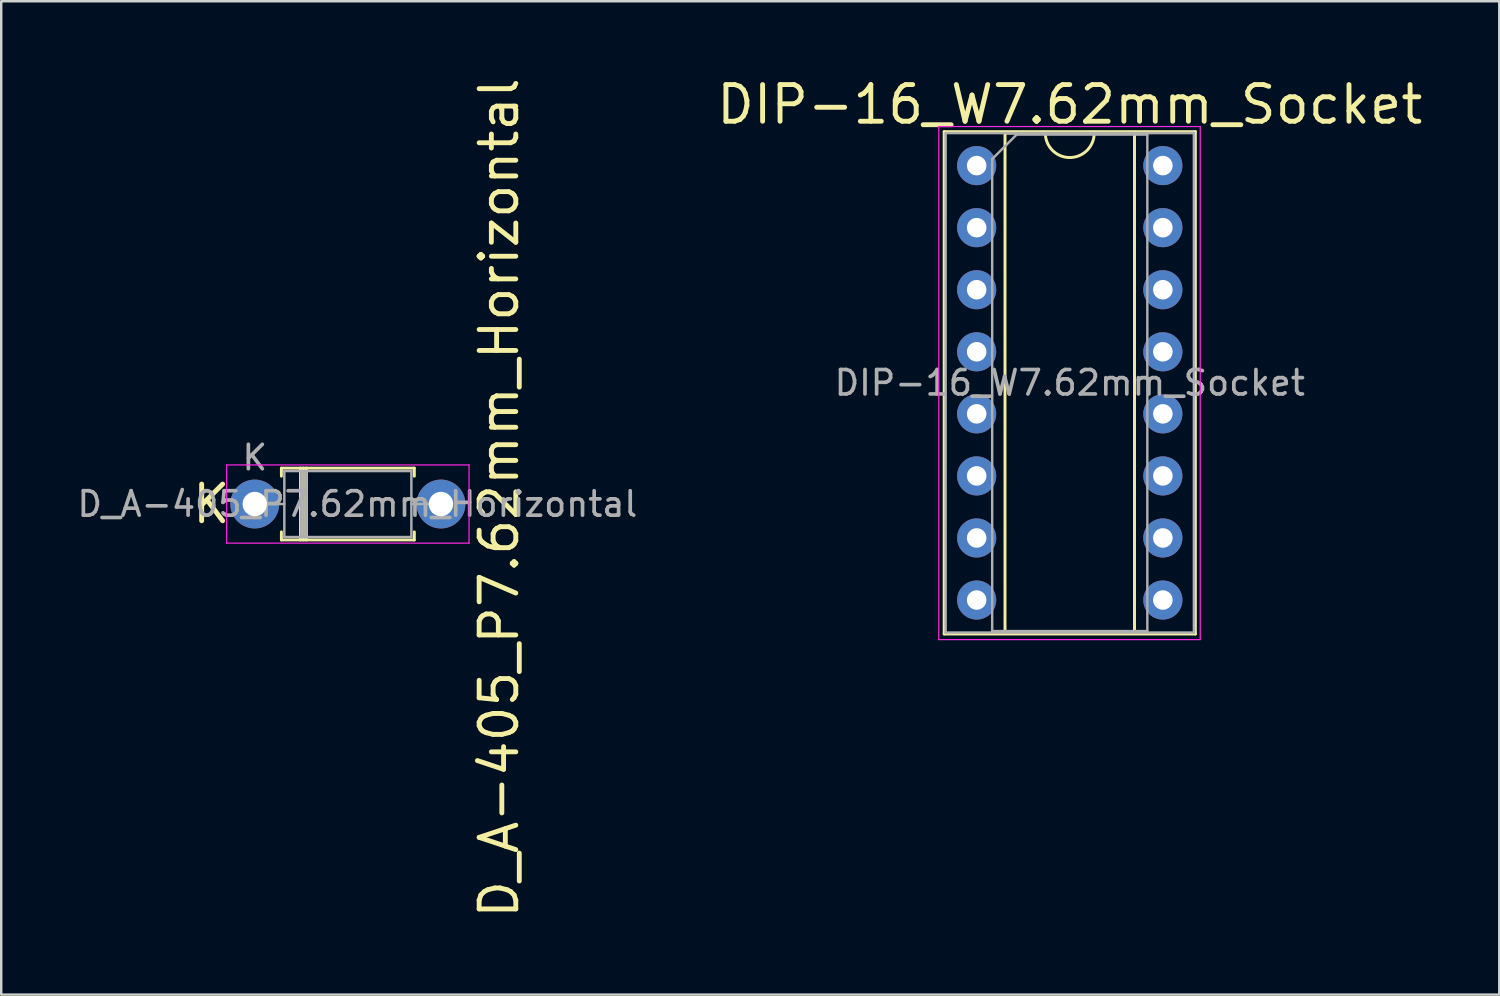
<source format=kicad_pcb>
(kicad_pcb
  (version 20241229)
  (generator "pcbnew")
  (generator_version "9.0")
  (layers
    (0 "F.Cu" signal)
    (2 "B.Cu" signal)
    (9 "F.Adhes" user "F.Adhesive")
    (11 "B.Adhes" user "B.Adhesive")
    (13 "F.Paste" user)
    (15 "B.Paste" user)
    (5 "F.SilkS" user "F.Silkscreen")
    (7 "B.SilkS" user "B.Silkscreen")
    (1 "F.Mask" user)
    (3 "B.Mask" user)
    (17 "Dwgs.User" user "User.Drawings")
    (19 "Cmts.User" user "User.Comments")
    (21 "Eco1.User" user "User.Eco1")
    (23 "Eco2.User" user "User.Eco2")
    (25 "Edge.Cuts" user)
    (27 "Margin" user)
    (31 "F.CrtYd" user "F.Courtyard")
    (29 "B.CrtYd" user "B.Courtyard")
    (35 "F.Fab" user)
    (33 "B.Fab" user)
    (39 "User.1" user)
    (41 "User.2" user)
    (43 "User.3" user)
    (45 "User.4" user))
  (footprint "DIP-16_W7.62mm_Socket"
    (layer "F.Cu")
    (at 36.923 3.728)
    (property "Reference" "DIP-16_W7.62mm_Socket" (at 3.81 -2.5 0) (layer "F.SilkS") (effects (font (size 1.5 1.5) (thickness 0.2))))
    (attr through_hole)
    (fp_line (start -1.33 -1.39) (end -1.33 19.17) (stroke (width 0.12) (type solid)) (layer "F.SilkS"))
    (fp_line (start -1.33 19.17) (end 8.95 19.17) (stroke (width 0.12) (type solid)) (layer "F.SilkS"))
    (fp_line (start 1.16 -1.33) (end 1.16 19.11) (stroke (width 0.12) (type solid)) (layer "F.SilkS"))
    (fp_line (start 1.16 19.11) (end 6.46 19.11) (stroke (width 0.12) (type solid)) (layer "F.SilkS"))
    (fp_line (start 2.81 -1.33) (end 1.16 -1.33) (stroke (width 0.12) (type solid)) (layer "F.SilkS"))
    (fp_line (start 6.46 -1.33) (end 4.81 -1.33) (stroke (width 0.12) (type solid)) (layer "F.SilkS"))
    (fp_line (start 6.46 19.11) (end 6.46 -1.33) (stroke (width 0.12) (type solid)) (layer "F.SilkS"))
    (fp_line (start 8.95 -1.39) (end -1.33 -1.39) (stroke (width 0.12) (type solid)) (layer "F.SilkS"))
    (fp_line (start 8.95 19.17) (end 8.95 -1.39) (stroke (width 0.12) (type solid)) (layer "F.SilkS"))
    (fp_arc (start 4.81 -1.33) (mid 3.81 -0.33) (end 2.81 -1.33) (stroke (width 0.12) (type solid)) (layer "F.SilkS"))
    (fp_line (start -1.55 -1.6) (end -1.55 19.4) (stroke (width 0.05) (type solid)) (layer "F.CrtYd"))
    (fp_line (start -1.55 19.4) (end 9.15 19.4) (stroke (width 0.05) (type solid)) (layer "F.CrtYd"))
    (fp_line (start 9.15 -1.6) (end -1.55 -1.6) (stroke (width 0.05) (type solid)) (layer "F.CrtYd"))
    (fp_line (start 9.15 19.4) (end 9.15 -1.6) (stroke (width 0.05) (type solid)) (layer "F.CrtYd"))
    (fp_line (start -1.27 -1.33) (end -1.27 19.11) (stroke (width 0.1) (type solid)) (layer "F.Fab"))
    (fp_line (start -1.27 19.11) (end 8.89 19.11) (stroke (width 0.1) (type solid)) (layer "F.Fab"))
    (fp_line (start 0.635 -0.27) (end 1.635 -1.27) (stroke (width 0.1) (type solid)) (layer "F.Fab"))
    (fp_line (start 0.635 19.05) (end 0.635 -0.27) (stroke (width 0.1) (type solid)) (layer "F.Fab"))
    (fp_line (start 1.635 -1.27) (end 6.985 -1.27) (stroke (width 0.1) (type solid)) (layer "F.Fab"))
    (fp_line (start 6.985 -1.27) (end 6.985 19.05) (stroke (width 0.1) (type solid)) (layer "F.Fab"))
    (fp_line (start 6.985 19.05) (end 0.635 19.05) (stroke (width 0.1) (type solid)) (layer "F.Fab"))
    (fp_line (start 8.89 -1.33) (end -1.27 -1.33) (stroke (width 0.1) (type solid)) (layer "F.Fab"))
    (fp_line (start 8.89 19.11) (end 8.89 -1.33) (stroke (width 0.1) (type solid)) (layer "F.Fab"))
    (fp_text user "${REFERENCE}" (at 3.81 8.89 0) (layer "F.Fab") (effects (font (size 1 1) (thickness 0.15))))
    (pad "1" thru_hole circle (at 0 0) (size 1.6 1.6) (drill 0.8) (layers "*.Cu" "*.Mask"))
    (pad "2" thru_hole oval (at 0 2.54) (size 1.6 1.6) (drill 0.8) (layers "*.Cu" "*.Mask"))
    (pad "3" thru_hole oval (at 0 5.08) (size 1.6 1.6) (drill 0.8) (layers "*.Cu" "*.Mask"))
    (pad "4" thru_hole oval (at 0 7.62) (size 1.6 1.6) (drill 0.8) (layers "*.Cu" "*.Mask"))
    (pad "5" thru_hole oval (at 0 10.16) (size 1.6 1.6) (drill 0.8) (layers "*.Cu" "*.Mask"))
    (pad "6" thru_hole oval (at 0 12.7) (size 1.6 1.6) (drill 0.8) (layers "*.Cu" "*.Mask"))
    (pad "7" thru_hole oval (at 0 15.24) (size 1.6 1.6) (drill 0.8) (layers "*.Cu" "*.Mask"))
    (pad "8" thru_hole oval (at 0 17.78) (size 1.6 1.6) (drill 0.8) (layers "*.Cu" "*.Mask"))
    (pad "9" thru_hole oval (at 7.62 17.78) (size 1.6 1.6) (drill 0.8) (layers "*.Cu" "*.Mask"))
    (pad "10" thru_hole oval (at 7.62 15.24) (size 1.6 1.6) (drill 0.8) (layers "*.Cu" "*.Mask"))
    (pad "11" thru_hole oval (at 7.62 12.7) (size 1.6 1.6) (drill 0.8) (layers "*.Cu" "*.Mask"))
    (pad "12" thru_hole oval (at 7.62 10.16) (size 1.6 1.6) (drill 0.8) (layers "*.Cu" "*.Mask"))
    (pad "13" thru_hole oval (at 7.62 7.62) (size 1.6 1.6) (drill 0.8) (layers "*.Cu" "*.Mask"))
    (pad "14" thru_hole oval (at 7.62 5.08) (size 1.6 1.6) (drill 0.8) (layers "*.Cu" "*.Mask"))
    (pad "15" thru_hole oval (at 7.62 2.54) (size 1.6 1.6) (drill 0.8) (layers "*.Cu" "*.Mask"))
    (pad "16" thru_hole oval (at 7.62 0) (size 1.6 1.6) (drill 0.8) (layers "*.Cu" "*.Mask")))
  (footprint "D_A-405_P7.62mm_Horizontal"
    (layer "F.Cu")
    (at 7.377 17.579)
    (property "Reference" "D_A-405_P7.62mm_Horizontal" (at 10 -0.25 90) (layer "F.SilkS") (effects (font (size 1.5 1.5) (thickness 0.2))))
    (attr through_hole)
    (fp_line (start 1.09 -1.47) (end 6.53 -1.47) (stroke (width 0.12) (type solid)) (layer "F.SilkS"))
    (fp_line (start 1.09 -1.14) (end 1.09 -1.47) (stroke (width 0.12) (type solid)) (layer "F.SilkS"))
    (fp_line (start 1.09 1.14) (end 1.09 1.47) (stroke (width 0.12) (type solid)) (layer "F.SilkS"))
    (fp_line (start 1.09 1.47) (end 6.53 1.47) (stroke (width 0.12) (type solid)) (layer "F.SilkS"))
    (fp_line (start 1.87 -1.47) (end 1.87 1.47) (stroke (width 0.12) (type solid)) (layer "F.SilkS"))
    (fp_line (start 1.99 -1.47) (end 1.99 1.47) (stroke (width 0.12) (type solid)) (layer "F.SilkS"))
    (fp_line (start 2.11 -1.47) (end 2.11 1.47) (stroke (width 0.12) (type solid)) (layer "F.SilkS"))
    (fp_line (start 6.53 -1.47) (end 6.53 -1.14) (stroke (width 0.12) (type solid)) (layer "F.SilkS"))
    (fp_line (start 6.53 1.47) (end 6.53 1.14) (stroke (width 0.12) (type solid)) (layer "F.SilkS"))
    (fp_line (start -1.15 -1.6) (end -1.15 1.6) (stroke (width 0.05) (type solid)) (layer "F.CrtYd"))
    (fp_line (start -1.15 1.6) (end 8.77 1.6) (stroke (width 0.05) (type solid)) (layer "F.CrtYd"))
    (fp_line (start 8.77 -1.6) (end -1.15 -1.6) (stroke (width 0.05) (type solid)) (layer "F.CrtYd"))
    (fp_line (start 8.77 1.6) (end 8.77 -1.6) (stroke (width 0.05) (type solid)) (layer "F.CrtYd"))
    (fp_line (start 0 0) (end 1.21 0) (stroke (width 0.1) (type solid)) (layer "F.Fab"))
    (fp_line (start 1.21 -1.35) (end 1.21 1.35) (stroke (width 0.1) (type solid)) (layer "F.Fab"))
    (fp_line (start 1.21 1.35) (end 6.41 1.35) (stroke (width 0.1) (type solid)) (layer "F.Fab"))
    (fp_line (start 1.89 -1.35) (end 1.89 1.35) (stroke (width 0.1) (type solid)) (layer "F.Fab"))
    (fp_line (start 1.99 -1.35) (end 1.99 1.35) (stroke (width 0.1) (type solid)) (layer "F.Fab"))
    (fp_line (start 2.09 -1.35) (end 2.09 1.35) (stroke (width 0.1) (type solid)) (layer "F.Fab"))
    (fp_line (start 6.41 -1.35) (end 1.21 -1.35) (stroke (width 0.1) (type solid)) (layer "F.Fab"))
    (fp_line (start 6.41 1.35) (end 6.41 -1.35) (stroke (width 0.1) (type solid)) (layer "F.Fab"))
    (fp_line (start 7.62 0) (end 6.41 0) (stroke (width 0.1) (type solid)) (layer "F.Fab"))
    (fp_text user "K" (at -1.78 0 0) (layer "F.SilkS") (effects (font (size 1.5 1.5) (thickness 0.2))))
    (fp_text user "${REFERENCE}" (at 4.2 0 0) (layer "F.Fab") (effects (font (size 1 1) (thickness 0.15))))
    (fp_text user "K" (at 0 -1.9 0) (layer "F.Fab") (effects (font (size 1 1) (thickness 0.15))))
    (pad "1" thru_hole circle (at 0 0) (size 2 2) (drill 1) (layers "*.Cu" "*.Mask"))
    (pad "2" thru_hole circle (at 7.62 0) (size 2 2) (drill 1) (layers "*.Cu" "*.Mask")))
  (gr_rect
    (start -3 -3)
    (end 58.312 37.657)
    (stroke (width 0.1) (type default))
    (fill no)
    (layer "Edge.Cuts")))
</source>
